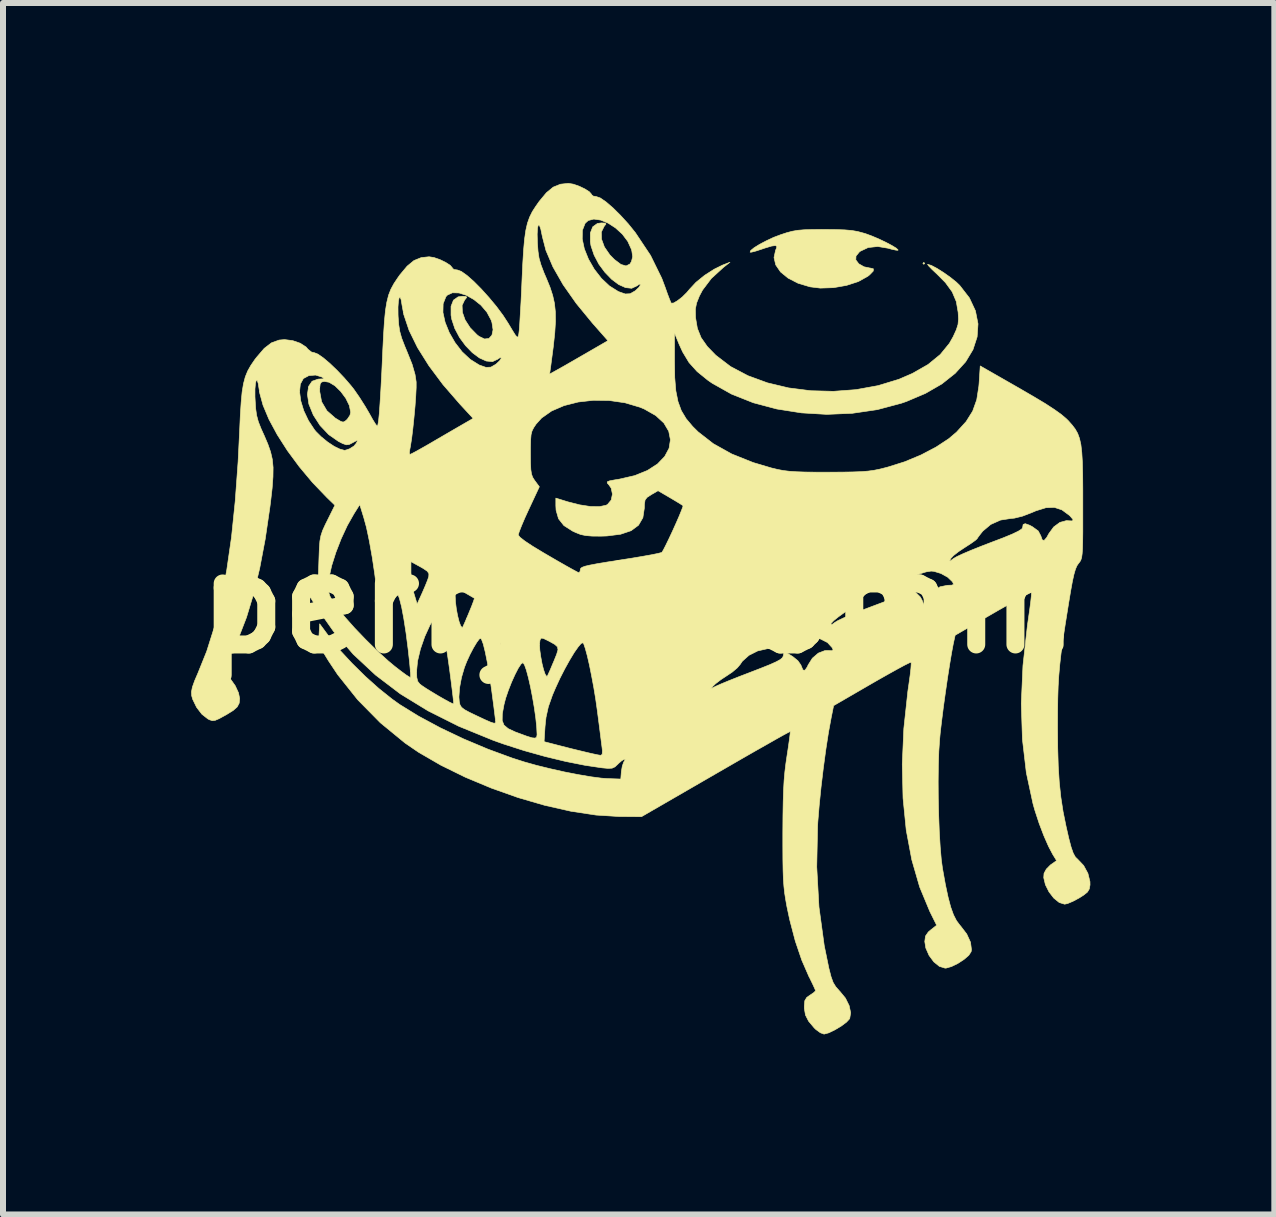
<source format=kicad_pcb>
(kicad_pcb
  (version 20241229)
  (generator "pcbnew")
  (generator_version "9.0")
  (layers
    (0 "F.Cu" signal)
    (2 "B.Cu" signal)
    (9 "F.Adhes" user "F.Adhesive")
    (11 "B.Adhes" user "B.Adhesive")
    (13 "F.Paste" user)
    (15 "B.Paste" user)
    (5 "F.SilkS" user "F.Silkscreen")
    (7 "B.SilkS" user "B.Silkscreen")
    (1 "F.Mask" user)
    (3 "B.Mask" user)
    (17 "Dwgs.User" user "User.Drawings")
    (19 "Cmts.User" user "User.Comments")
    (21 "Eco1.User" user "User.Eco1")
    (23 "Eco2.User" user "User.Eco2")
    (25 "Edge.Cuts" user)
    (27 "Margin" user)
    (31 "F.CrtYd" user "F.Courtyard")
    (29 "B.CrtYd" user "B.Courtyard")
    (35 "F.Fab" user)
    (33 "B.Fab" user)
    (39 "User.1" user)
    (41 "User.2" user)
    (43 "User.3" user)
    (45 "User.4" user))
  (footprint "perry-18mm"
    (layer "F.Cu")
    (at 7.591 6.998)
    (property "Reference" "perry-18mm" (at 0 0 0) (layer "F.SilkS") (effects (font (size 1.524 1.524) (thickness 0.3))))
    (attr through_hole)
    (fp_poly (pts (xy 4.766 -5.66) (xy 4.751 -5.644) (xy 4.735 -5.66) (xy 4.751 -5.676) (xy 4.766 -5.66)) (stroke (width 0.01) (type solid)) (fill yes) (layer "F.SilkS"))
    (fp_poly (pts (xy 3.285 -6.223) (xy 3.433 -6.218) (xy 3.549 -6.208) (xy 3.648 -6.191) (xy 3.744 -6.165) (xy 3.779 -6.155) (xy 3.887 -6.115) (xy 4.005 -6.065) (xy 4.12 -6.01) (xy 4.22 -5.957) (xy 4.292 -5.913) (xy 4.322 -5.884) (xy 4.321 -5.878) (xy 4.287 -5.88) (xy 4.212 -5.896) (xy 4.157 -5.912) (xy 3.984 -5.941) (xy 3.824 -5.924) (xy 3.694 -5.863) (xy 3.677 -5.85) (xy 3.621 -5.782) (xy 3.618 -5.718) (xy 3.667 -5.653) (xy 3.754 -5.603) (xy 3.854 -5.582) (xy 3.859 -5.582) (xy 3.911 -5.569) (xy 3.908 -5.531) (xy 3.849 -5.47) (xy 3.818 -5.445) (xy 3.66 -5.357) (xy 3.463 -5.293) (xy 3.245 -5.255) (xy 3.026 -5.248) (xy 2.855 -5.269) (xy 2.655 -5.329) (xy 2.49 -5.414) (xy 2.364 -5.517) (xy 2.284 -5.634) (xy 2.255 -5.757) (xy 2.282 -5.881) (xy 2.29 -5.897) (xy 2.304 -5.94) (xy 2.28 -5.957) (xy 2.213 -5.948) (xy 2.097 -5.913) (xy 2.048 -5.896) (xy 1.952 -5.865) (xy 1.882 -5.847) (xy 1.857 -5.846) (xy 1.867 -5.874) (xy 1.923 -5.92) (xy 2.013 -5.976) (xy 2.125 -6.035) (xy 2.246 -6.092) (xy 2.362 -6.136) (xy 2.468 -6.171) (xy 2.559 -6.195) (xy 2.651 -6.211) (xy 2.759 -6.22) (xy 2.9 -6.224) (xy 3.087 -6.225) (xy 3.089 -6.225) (xy 3.285 -6.223)) (stroke (width 0.01) (type solid)) (fill yes) (layer "F.SilkS"))
    (fp_poly (pts (xy -1.09 -6.98) (xy -0.992 -6.946) (xy -0.896 -6.9) (xy -0.821 -6.852) (xy -0.785 -6.81) (xy -0.784 -6.803) (xy -0.757 -6.781) (xy -0.707 -6.773) (xy -0.64 -6.75) (xy -0.544 -6.684) (xy -0.429 -6.585) (xy -0.303 -6.46) (xy -0.174 -6.319) (xy -0.053 -6.169) (xy -0.05 -6.164) (xy 0.198 -5.792) (xy 0.385 -5.411) (xy 0.441 -5.262) (xy 0.482 -5.146) (xy 0.517 -5.055) (xy 0.539 -5.003) (xy 0.542 -4.997) (xy 0.581 -4.999) (xy 0.646 -5.037) (xy 0.725 -5.098) (xy 0.802 -5.174) (xy 0.848 -5.229) (xy 0.954 -5.343) (xy 1.098 -5.46) (xy 1.259 -5.563) (xy 1.395 -5.63) (xy 1.521 -5.679) (xy 1.411 -5.592) (xy 1.21 -5.408) (xy 1.064 -5.215) (xy 1.011 -5.115) (xy 0.965 -5) (xy 0.945 -4.899) (xy 0.947 -4.777) (xy 0.948 -4.754) (xy 0.978 -4.577) (xy 1.04 -4.422) (xy 1.144 -4.274) (xy 1.285 -4.129) (xy 1.531 -3.941) (xy 1.821 -3.788) (xy 2.146 -3.669) (xy 2.498 -3.585) (xy 2.867 -3.538) (xy 3.245 -3.528) (xy 3.621 -3.556) (xy 3.989 -3.623) (xy 4.337 -3.729) (xy 4.563 -3.827) (xy 4.822 -3.975) (xy 5.025 -4.141) (xy 5.177 -4.327) (xy 5.24 -4.438) (xy 5.293 -4.554) (xy 5.321 -4.643) (xy 5.329 -4.733) (xy 5.323 -4.844) (xy 5.292 -5.024) (xy 5.224 -5.185) (xy 5.111 -5.34) (xy 4.969 -5.483) (xy 4.888 -5.559) (xy 4.833 -5.616) (xy 4.813 -5.643) (xy 4.814 -5.644) (xy 4.876 -5.626) (xy 4.969 -5.577) (xy 5.08 -5.507) (xy 5.193 -5.427) (xy 5.293 -5.347) (xy 5.348 -5.294) (xy 5.51 -5.085) (xy 5.611 -4.869) (xy 5.654 -4.652) (xy 5.639 -4.435) (xy 5.57 -4.223) (xy 5.448 -4.02) (xy 5.274 -3.828) (xy 5.051 -3.651) (xy 4.779 -3.494) (xy 4.461 -3.359) (xy 4.374 -3.329) (xy 3.976 -3.223) (xy 3.56 -3.162) (xy 3.135 -3.144) (xy 2.712 -3.169) (xy 2.3 -3.234) (xy 1.909 -3.338) (xy 1.547 -3.482) (xy 1.225 -3.663) (xy 1.154 -3.712) (xy 0.974 -3.858) (xy 0.839 -4.008) (xy 0.733 -4.184) (xy 0.674 -4.313) (xy 0.597 -4.5) (xy 0.597 -4.027) (xy 0.601 -3.757) (xy 0.619 -3.538) (xy 0.655 -3.358) (xy 0.71 -3.207) (xy 0.791 -3.072) (xy 0.9 -2.942) (xy 0.991 -2.852) (xy 1.244 -2.655) (xy 1.551 -2.484) (xy 1.909 -2.341) (xy 2.216 -2.25) (xy 2.317 -2.226) (xy 2.411 -2.208) (xy 2.511 -2.196) (xy 2.629 -2.188) (xy 2.775 -2.183) (xy 2.963 -2.181) (xy 3.167 -2.181) (xy 3.395 -2.182) (xy 3.572 -2.185) (xy 3.711 -2.19) (xy 3.823 -2.199) (xy 3.919 -2.212) (xy 4.014 -2.231) (xy 4.117 -2.257) (xy 4.155 -2.267) (xy 4.434 -2.355) (xy 4.705 -2.468) (xy 4.953 -2.598) (xy 5.165 -2.737) (xy 5.296 -2.848) (xy 5.456 -3.024) (xy 5.565 -3.198) (xy 5.633 -3.388) (xy 5.668 -3.613) (xy 5.672 -3.66) (xy 5.691 -3.951) (xy 6.35 -3.574) (xy 6.589 -3.435) (xy 6.779 -3.321) (xy 6.926 -3.225) (xy 7.038 -3.145) (xy 7.121 -3.075) (xy 7.157 -3.04) (xy 7.221 -2.968) (xy 7.273 -2.9) (xy 7.314 -2.828) (xy 7.345 -2.743) (xy 7.368 -2.64) (xy 7.383 -2.509) (xy 7.393 -2.344) (xy 7.398 -2.136) (xy 7.4 -1.88) (xy 7.4 -1.653) (xy 7.4 -1.391) (xy 7.4 -1.184) (xy 7.398 -1.025) (xy 7.395 -0.907) (xy 7.389 -0.822) (xy 7.381 -0.763) (xy 7.369 -0.722) (xy 7.354 -0.693) (xy 7.334 -0.667) (xy 7.328 -0.66) (xy 7.301 -0.62) (xy 7.277 -0.563) (xy 7.253 -0.481) (xy 7.227 -0.364) (xy 7.198 -0.205) (xy 7.163 0.006) (xy 7.156 0.05) (xy 7.107 0.356) (xy 7.068 0.613) (xy 7.038 0.832) (xy 7.016 1.027) (xy 7 1.209) (xy 6.989 1.391) (xy 6.983 1.585) (xy 6.98 1.803) (xy 6.979 2.058) (xy 6.979 2.07) (xy 6.982 2.42) (xy 6.991 2.721) (xy 7.008 2.988) (xy 7.034 3.234) (xy 7.071 3.474) (xy 7.121 3.72) (xy 7.166 3.918) (xy 7.205 4.066) (xy 7.24 4.166) (xy 7.276 4.231) (xy 7.319 4.273) (xy 7.32 4.274) (xy 7.414 4.373) (xy 7.485 4.504) (xy 7.519 4.641) (xy 7.52 4.696) (xy 7.508 4.763) (xy 7.478 4.814) (xy 7.415 4.865) (xy 7.338 4.914) (xy 7.237 4.968) (xy 7.147 5.006) (xy 7.097 5.017) (xy 7.007 4.989) (xy 6.916 4.915) (xy 6.836 4.811) (xy 6.777 4.693) (xy 6.749 4.576) (xy 6.754 4.503) (xy 6.792 4.433) (xy 6.86 4.364) (xy 6.868 4.358) (xy 6.963 4.291) (xy 6.899 4.187) (xy 6.828 4.052) (xy 6.75 3.874) (xy 6.672 3.669) (xy 6.602 3.455) (xy 6.57 3.342) (xy 6.459 2.826) (xy 6.394 2.269) (xy 6.375 1.674) (xy 6.403 1.041) (xy 6.477 0.374) (xy 6.494 0.255) (xy 6.516 0.101) (xy 6.533 -0.03) (xy 6.543 -0.125) (xy 6.545 -0.173) (xy 6.544 -0.177) (xy 6.514 -0.166) (xy 6.438 -0.127) (xy 6.323 -0.065) (xy 6.178 0.016) (xy 6.009 0.111) (xy 5.902 0.173) (xy 5.273 0.536) (xy 5.241 0.683) (xy 5.214 0.827) (xy 5.182 1.018) (xy 5.147 1.241) (xy 5.112 1.482) (xy 5.078 1.725) (xy 5.049 1.955) (xy 5.025 2.158) (xy 5.015 2.265) (xy 5.001 2.466) (xy 4.993 2.708) (xy 4.99 2.976) (xy 4.992 3.259) (xy 4.999 3.543) (xy 5.009 3.816) (xy 5.024 4.063) (xy 5.042 4.273) (xy 5.062 4.421) (xy 5.11 4.688) (xy 5.155 4.899) (xy 5.199 5.065) (xy 5.245 5.193) (xy 5.295 5.291) (xy 5.352 5.368) (xy 5.362 5.378) (xy 5.466 5.514) (xy 5.529 5.651) (xy 5.545 5.776) (xy 5.539 5.809) (xy 5.5 5.869) (xy 5.42 5.938) (xy 5.317 6.005) (xy 5.212 6.056) (xy 5.121 6.082) (xy 5.104 6.082) (xy 5.01 6.053) (xy 4.917 5.977) (xy 4.838 5.87) (xy 4.784 5.747) (xy 4.767 5.639) (xy 4.779 5.548) (xy 4.826 5.48) (xy 4.866 5.446) (xy 4.965 5.368) (xy 4.851 5.138) (xy 4.682 4.731) (xy 4.551 4.278) (xy 4.458 3.783) (xy 4.405 3.251) (xy 4.392 2.686) (xy 4.418 2.091) (xy 4.485 1.47) (xy 4.504 1.339) (xy 4.523 1.201) (xy 4.536 1.087) (xy 4.541 1.011) (xy 4.539 0.985) (xy 4.509 0.996) (xy 4.432 1.034) (xy 4.317 1.096) (xy 4.171 1.177) (xy 4.001 1.273) (xy 3.886 1.339) (xy 3.248 1.709) (xy 3.207 1.913) (xy 3.163 2.152) (xy 3.119 2.436) (xy 3.077 2.746) (xy 3.039 3.063) (xy 3.008 3.37) (xy 2.985 3.646) (xy 2.981 3.716) (xy 2.967 4.396) (xy 3.004 5.064) (xy 3.092 5.709) (xy 3.169 6.084) (xy 3.205 6.224) (xy 3.24 6.321) (xy 3.284 6.393) (xy 3.344 6.461) (xy 3.352 6.469) (xy 3.445 6.582) (xy 3.507 6.707) (xy 3.532 6.826) (xy 3.516 6.923) (xy 3.514 6.926) (xy 3.463 6.982) (xy 3.375 7.048) (xy 3.269 7.111) (xy 3.168 7.16) (xy 3.091 7.181) (xy 3.087 7.181) (xy 3.027 7.159) (xy 2.953 7.105) (xy 2.926 7.079) (xy 2.831 6.966) (xy 2.779 6.864) (xy 2.76 6.751) (xy 2.76 6.714) (xy 2.768 6.625) (xy 2.801 6.57) (xy 2.854 6.533) (xy 2.916 6.491) (xy 2.947 6.461) (xy 2.948 6.459) (xy 2.934 6.424) (xy 2.899 6.348) (xy 2.85 6.247) (xy 2.837 6.223) (xy 2.718 5.95) (xy 2.609 5.629) (xy 2.516 5.274) (xy 2.47 5.057) (xy 2.449 4.939) (xy 2.432 4.83) (xy 2.42 4.719) (xy 2.411 4.597) (xy 2.406 4.452) (xy 2.403 4.274) (xy 2.402 4.053) (xy 2.402 3.826) (xy 2.404 3.542) (xy 2.408 3.311) (xy 2.414 3.119) (xy 2.423 2.956) (xy 2.436 2.81) (xy 2.453 2.671) (xy 2.47 2.556) (xy 2.493 2.404) (xy 2.511 2.277) (xy 2.523 2.185) (xy 2.526 2.141) (xy 2.526 2.139) (xy 2.498 2.153) (xy 2.421 2.194) (xy 2.301 2.261) (xy 2.143 2.351) (xy 1.952 2.459) (xy 1.734 2.584) (xy 1.495 2.722) (xy 1.282 2.845) (xy 0.047 3.559) (xy -0.329 3.556) (xy -0.711 3.532) (xy -1.126 3.469) (xy -1.564 3.37) (xy -2.011 3.24) (xy -2.456 3.082) (xy -2.889 2.901) (xy -3.296 2.701) (xy -3.667 2.486) (xy -3.892 2.332) (xy -4.304 1.994) (xy -4.682 1.61) (xy -5.015 1.192) (xy -5.168 0.962) (xy -5.244 0.838) (xy -5.292 0.748) (xy -5.318 0.678) (xy -5.327 0.609) (xy -5.325 0.526) (xy -5.325 0.521) (xy -5.315 0.346) (xy -5.13 0.597) (xy -4.971 0.793) (xy -4.774 1.005) (xy -4.555 1.221) (xy -4.328 1.424) (xy -4.109 1.599) (xy -3.982 1.69) (xy -3.667 1.884) (xy -3.306 2.078) (xy -2.915 2.264) (xy -2.511 2.434) (xy -2.111 2.581) (xy -1.905 2.647) (xy -1.702 2.704) (xy -1.474 2.76) (xy -1.238 2.813) (xy -1.007 2.858) (xy -0.796 2.894) (xy -0.62 2.917) (xy -0.527 2.924) (xy -0.298 2.932) (xy -0.288 2.807) (xy -0.273 2.717) (xy -0.25 2.651) (xy -0.245 2.642) (xy -0.223 2.607) (xy -0.24 2.603) (xy -0.281 2.625) (xy -0.333 2.67) (xy -0.347 2.684) (xy -0.395 2.729) (xy -0.443 2.751) (xy -0.513 2.754) (xy -0.611 2.745) (xy -0.893 2.703) (xy -1.215 2.639) (xy -1.559 2.556) (xy -1.909 2.458) (xy -2.248 2.349) (xy -2.361 2.309) (xy -1.576 2.309) (xy -1.313 2.377) (xy -1.117 2.427) (xy -0.94 2.47) (xy -0.793 2.505) (xy -0.686 2.528) (xy -0.633 2.537) (xy -0.608 2.521) (xy -0.604 2.462) (xy -0.61 2.407) (xy -0.62 2.329) (xy -0.636 2.203) (xy -0.656 2.045) (xy -0.679 1.869) (xy -0.69 1.784) (xy -0.716 1.6) (xy -0.744 1.43) (xy 1.201 1.43) (xy 1.206 1.432) (xy 1.232 1.413) (xy 1.278 1.389) (xy 1.373 1.347) (xy 1.506 1.292) (xy 1.667 1.228) (xy 1.844 1.16) (xy 2.043 1.083) (xy 2.19 1.024) (xy 2.292 0.978) (xy 2.358 0.942) (xy 2.394 0.912) (xy 2.408 0.885) (xy 2.409 0.882) (xy 2.418 0.836) (xy 2.437 0.821) (xy 2.48 0.837) (xy 2.56 0.887) (xy 2.568 0.892) (xy 2.652 0.96) (xy 2.703 1.032) (xy 2.709 1.048) (xy 2.737 1.115) (xy 2.771 1.119) (xy 2.811 1.061) (xy 2.822 1.034) (xy 2.894 0.919) (xy 2.993 0.834) (xy 3.102 0.792) (xy 3.155 0.79) (xy 3.222 0.794) (xy 3.239 0.779) (xy 3.225 0.744) (xy 3.147 0.658) (xy 3.029 0.598) (xy 2.892 0.569) (xy 2.755 0.575) (xy 2.665 0.605) (xy 2.461 0.69) (xy 2.246 0.746) (xy 2.141 0.761) (xy 1.983 0.797) (xy 1.838 0.87) (xy 1.727 0.969) (xy 1.692 1.021) (xy 1.643 1.079) (xy 1.559 1.15) (xy 1.474 1.207) (xy 1.371 1.275) (xy 1.283 1.342) (xy 1.237 1.386) (xy 1.201 1.43) (xy -0.744 1.43) (xy -0.748 1.406) (xy -0.784 1.214) (xy -0.82 1.034) (xy -0.856 0.878) (xy -0.889 0.757) (xy -0.915 0.681) (xy -0.927 0.662) (xy -0.957 0.671) (xy -1.007 0.729) (xy -1.074 0.824) (xy -1.15 0.95) (xy -1.231 1.096) (xy -1.312 1.254) (xy -1.386 1.415) (xy -1.436 1.532) (xy -1.505 1.728) (xy -1.544 1.905) (xy -1.56 2.056) (xy -1.576 2.309) (xy -2.361 2.309) (xy -2.43 2.284) (xy -2.998 2.052) (xy -3.51 1.795) (xy -3.972 1.512) (xy -4.385 1.198) (xy -4.756 0.852) (xy -5.086 0.469) (xy -5.381 0.048) (xy -5.439 -0.046) (xy -5.495 -0.145) (xy -5.535 -0.227) (xy -5.55 -0.273) (xy -5.174 -0.273) (xy -5.168 -0.189) (xy -5.143 -0.113) (xy -5.092 -0.024) (xy -5.029 0.065) (xy -4.899 0.228) (xy -4.734 0.414) (xy -4.548 0.608) (xy -4.356 0.797) (xy -4.172 0.964) (xy -4.063 1.055) (xy -3.958 1.136) (xy -3.872 1.199) (xy -3.816 1.234) (xy -3.801 1.24) (xy -3.799 1.205) (xy -3.804 1.132) (xy -3.7 1.132) (xy -3.697 1.238) (xy -3.682 1.303) (xy -3.647 1.348) (xy -3.612 1.375) (xy -3.542 1.422) (xy -3.446 1.481) (xy -3.34 1.545) (xy -3.237 1.604) (xy -3.151 1.651) (xy -3.095 1.678) (xy -3.082 1.682) (xy -3.084 1.65) (xy -3.093 1.565) (xy -3.093 1.564) (xy -2.995 1.564) (xy -2.989 1.642) (xy -2.977 1.695) (xy -2.952 1.736) (xy -2.903 1.775) (xy -2.818 1.821) (xy -2.701 1.877) (xy -2.563 1.942) (xy -2.472 1.982) (xy -2.418 2) (xy -2.391 2) (xy -2.383 1.985) (xy -2.383 1.979) (xy -2.385 1.957) (xy -2.274 1.957) (xy -2.244 2.033) (xy -2.174 2.092) (xy -2.059 2.146) (xy -2.005 2.166) (xy -1.867 2.217) (xy -1.777 2.245) (xy -1.725 2.25) (xy -1.7 2.234) (xy -1.693 2.196) (xy -1.693 2.186) (xy -1.699 2.063) (xy -1.715 1.911) (xy -1.739 1.742) (xy -1.769 1.567) (xy -1.802 1.397) (xy -1.837 1.243) (xy -1.871 1.117) (xy -1.902 1.03) (xy -1.927 0.994) (xy -1.929 0.993) (xy -1.961 1.017) (xy -2.007 1.087) (xy -2.061 1.192) (xy -2.118 1.318) (xy -2.171 1.453) (xy -2.216 1.584) (xy -2.244 1.692) (xy -2.272 1.847) (xy -2.274 1.957) (xy -2.385 1.957) (xy -2.387 1.94) (xy -2.398 1.85) (xy -2.414 1.721) (xy -2.435 1.563) (xy -2.447 1.47) (xy -2.483 1.216) (xy -2.52 0.996) (xy -2.556 0.816) (xy -2.589 0.683) (xy -2.619 0.603) (xy -2.63 0.587) (xy -2.656 0.599) (xy -2.699 0.657) (xy -2.753 0.747) (xy -2.811 0.857) (xy -2.865 0.975) (xy -2.903 1.072) (xy -2.952 1.239) (xy -2.984 1.41) (xy -2.995 1.564) (xy -3.093 1.564) (xy -3.108 1.439) (xy -3.128 1.279) (xy -3.151 1.102) (xy -3.179 0.904) (xy -3.209 0.712) (xy -3.238 0.543) (xy -3.264 0.41) (xy -3.281 0.339) (xy -3.311 0.238) (xy -3.333 0.188) (xy -3.353 0.18) (xy -3.378 0.206) (xy -3.379 0.208) (xy -3.476 0.365) (xy -3.564 0.558) (xy -3.636 0.765) (xy -3.684 0.966) (xy -3.7 1.132) (xy -3.804 1.132) (xy -3.805 1.121) (xy -3.816 0.996) (xy -3.833 0.844) (xy -3.84 0.778) (xy -3.876 0.497) (xy -3.913 0.259) (xy -3.949 0.067) (xy -3.985 -0.074) (xy -4.018 -0.16) (xy -4.047 -0.188) (xy -4.074 -0.162) (xy -4.119 -0.093) (xy -4.172 0.004) (xy -4.178 0.016) (xy -4.229 0.115) (xy -4.271 0.188) (xy -4.296 0.219) (xy -4.298 0.22) (xy -4.308 0.19) (xy -4.323 0.111) (xy -4.34 -0.007) (xy -4.357 -0.149) (xy -4.395 -0.463) (xy -4.401 -0.507) (xy -3.794 -0.507) (xy -3.784 -0.367) (xy -3.759 -0.218) (xy -3.743 -0.155) (xy -3.691 0.016) (xy -3.63 -0.117) (xy -3.057 -0.117) (xy -3.052 -0.018) (xy -3.038 0.096) (xy -3.017 0.209) (xy -2.992 0.308) (xy -2.966 0.379) (xy -2.942 0.407) (xy -2.933 0.403) (xy -2.918 0.371) (xy -2.884 0.295) (xy -2.869 0.259) (xy -2.35 0.259) (xy -2.344 0.362) (xy -2.332 0.477) (xy -2.316 0.59) (xy -2.297 0.682) (xy -2.287 0.716) (xy -2.262 0.774) (xy -2.238 0.792) (xy -2.21 0.766) (xy -2.171 0.691) (xy -2.17 0.688) (xy -1.652 0.688) (xy -1.647 0.783) (xy -1.631 0.895) (xy -1.61 1.009) (xy -1.584 1.111) (xy -1.558 1.186) (xy -1.533 1.221) (xy -1.522 1.218) (xy -1.507 1.186) (xy -1.473 1.111) (xy -1.429 1.006) (xy -1.415 0.974) (xy -1.367 0.855) (xy -1.344 0.779) (xy -1.353 0.729) (xy -1.398 0.688) (xy -1.482 0.641) (xy -1.511 0.626) (xy -1.585 0.59) (xy -1.621 0.583) (xy -1.639 0.605) (xy -1.645 0.623) (xy -1.652 0.688) (xy -2.17 0.688) (xy -2.119 0.567) (xy -2.079 0.463) (xy -2.05 0.383) (xy -2.039 0.345) (xy 3.204 0.345) (xy 3.209 0.365) (xy 3.252 0.336) (xy 3.265 0.325) (xy 3.318 0.293) (xy 3.419 0.245) (xy 3.557 0.185) (xy 3.721 0.119) (xy 3.88 0.059) (xy 4.082 -0.017) (xy 4.23 -0.077) (xy 4.331 -0.122) (xy 4.392 -0.158) (xy 4.419 -0.186) (xy 4.421 -0.196) (xy 4.44 -0.242) (xy 4.461 -0.251) (xy 4.537 -0.228) (xy 4.622 -0.172) (xy 4.693 -0.101) (xy 4.722 -0.048) (xy 4.748 0.018) (xy 4.78 0.021) (xy 4.818 -0.037) (xy 4.828 -0.06) (xy 4.909 -0.191) (xy 5.02 -0.271) (xy 5.144 -0.296) (xy 5.221 -0.299) (xy 5.247 -0.313) (xy 5.233 -0.346) (xy 5.226 -0.357) (xy 5.149 -0.431) (xy 5.037 -0.493) (xy 4.919 -0.529) (xy 4.873 -0.533) (xy 4.79 -0.52) (xy 4.68 -0.486) (xy 4.596 -0.451) (xy 4.458 -0.4) (xy 4.303 -0.36) (xy 4.221 -0.345) (xy 4.039 -0.31) (xy 3.9 -0.251) (xy 3.785 -0.159) (xy 3.735 -0.103) (xy 3.66 -0.026) (xy 3.554 0.064) (xy 3.437 0.15) (xy 3.428 0.157) (xy 3.328 0.229) (xy 3.249 0.293) (xy 3.207 0.338) (xy 3.204 0.345) (xy -2.039 0.345) (xy -2.038 0.343) (xy -2.038 0.343) (xy -2.063 0.316) (xy -2.123 0.273) (xy -2.201 0.224) (xy -2.276 0.182) (xy -2.329 0.158) (xy -2.338 0.157) (xy -2.349 0.185) (xy -2.35 0.259) (xy -2.869 0.259) (xy -2.84 0.191) (xy -2.827 0.159) (xy -2.782 0.05) (xy -2.751 -0.033) (xy -2.737 -0.076) (xy -2.737 -0.08) (xy -2.765 -0.097) (xy -2.832 -0.136) (xy -2.889 -0.169) (xy -2.973 -0.216) (xy -3.018 -0.233) (xy -3.039 -0.221) (xy -3.051 -0.189) (xy -3.057 -0.117) (xy -3.63 -0.117) (xy -3.603 -0.177) (xy -3.555 -0.288) (xy -3.516 -0.385) (xy -3.497 -0.443) (xy -3.495 -0.49) (xy -3.521 -0.53) (xy -3.588 -0.576) (xy -3.637 -0.604) (xy -3.794 -0.69) (xy -3.794 -0.507) (xy -4.401 -0.507) (xy -4.439 -0.762) (xy -4.487 -1.032) (xy -4.508 -1.134) (xy -2.006 -1.134) (xy -1.978 -1.097) (xy -1.896 -1.033) (xy -1.763 -0.945) (xy -1.579 -0.834) (xy -1.512 -0.795) (xy -1.354 -0.703) (xy -1.214 -0.623) (xy -1.101 -0.56) (xy -1.025 -0.519) (xy -0.996 -0.505) (xy -0.976 -0.528) (xy -0.972 -0.559) (xy -0.966 -0.578) (xy -0.942 -0.596) (xy -0.893 -0.614) (xy -0.812 -0.633) (xy -0.691 -0.656) (xy -0.523 -0.684) (xy -0.41 -0.701) (xy 5.18 -0.701) (xy 5.19 -0.7) (xy 5.239 -0.737) (xy 5.247 -0.743) (xy 5.303 -0.775) (xy 5.406 -0.823) (xy 5.545 -0.882) (xy 5.71 -0.948) (xy 5.863 -1.007) (xy 6.071 -1.086) (xy 6.224 -1.149) (xy 6.326 -1.198) (xy 6.382 -1.234) (xy 6.397 -1.256) (xy 6.406 -1.31) (xy 6.441 -1.323) (xy 6.511 -1.298) (xy 6.557 -1.274) (xy 6.657 -1.202) (xy 6.7 -1.121) (xy 6.724 -1.053) (xy 6.755 -1.043) (xy 6.798 -1.092) (xy 6.836 -1.16) (xy 6.915 -1.268) (xy 7.018 -1.344) (xy 7.127 -1.374) (xy 7.169 -1.371) (xy 7.23 -1.368) (xy 7.236 -1.394) (xy 7.188 -1.45) (xy 7.173 -1.464) (xy 7.052 -1.553) (xy 6.927 -1.594) (xy 6.786 -1.589) (xy 6.618 -1.537) (xy 6.543 -1.505) (xy 6.394 -1.448) (xy 6.259 -1.415) (xy 6.202 -1.41) (xy 6.029 -1.383) (xy 5.866 -1.31) (xy 5.736 -1.201) (xy 5.732 -1.197) (xy 5.678 -1.129) (xy 5.643 -1.081) (xy 5.64 -1.073) (xy 5.609 -1.045) (xy 5.539 -0.995) (xy 5.444 -0.933) (xy 5.431 -0.925) (xy 5.329 -0.857) (xy 5.246 -0.792) (xy 5.201 -0.744) (xy 5.2 -0.742) (xy 5.18 -0.701) (xy -0.41 -0.701) (xy -0.306 -0.718) (xy -0.108 -0.749) (xy 0.069 -0.779) (xy 0.215 -0.805) (xy 0.322 -0.827) (xy 0.38 -0.842) (xy 0.387 -0.845) (xy 0.411 -0.884) (xy 0.452 -0.964) (xy 0.505 -1.073) (xy 0.564 -1.199) (xy 0.622 -1.328) (xy 0.674 -1.447) (xy 0.714 -1.545) (xy 0.737 -1.607) (xy 0.739 -1.623) (xy 0.707 -1.644) (xy 0.636 -1.688) (xy 0.539 -1.746) (xy 0.525 -1.754) (xy 0.323 -1.872) (xy 0.209 -1.806) (xy 0.141 -1.762) (xy 0.107 -1.718) (xy 0.096 -1.649) (xy 0.094 -1.58) (xy 0.07 -1.422) (xy -0.003 -1.297) (xy -0.126 -1.206) (xy -0.301 -1.147) (xy -0.529 -1.118) (xy -0.627 -1.115) (xy -0.776 -1.116) (xy -0.882 -1.125) (xy -0.968 -1.143) (xy -1.053 -1.177) (xy -1.102 -1.2) (xy -1.246 -1.292) (xy -1.335 -1.405) (xy -1.376 -1.547) (xy -1.38 -1.624) (xy -1.38 -1.749) (xy -1.184 -1.688) (xy -0.985 -1.637) (xy -0.804 -1.609) (xy -0.653 -1.607) (xy -0.543 -1.63) (xy -0.519 -1.643) (xy -0.458 -1.716) (xy -0.437 -1.815) (xy -0.458 -1.915) (xy -0.497 -1.971) (xy -0.523 -2) (xy -0.523 -2.02) (xy -0.486 -2.036) (xy -0.402 -2.052) (xy -0.321 -2.065) (xy -0.065 -2.124) (xy 0.147 -2.21) (xy 0.314 -2.318) (xy 0.434 -2.443) (xy 0.507 -2.58) (xy 0.529 -2.721) (xy 0.501 -2.863) (xy 0.42 -3) (xy 0.284 -3.125) (xy 0.092 -3.234) (xy 0.022 -3.263) (xy -0.227 -3.337) (xy -0.489 -3.375) (xy -0.752 -3.379) (xy -1.007 -3.35) (xy -1.243 -3.29) (xy -1.45 -3.201) (xy -1.617 -3.084) (xy -1.709 -2.982) (xy -1.75 -2.921) (xy -1.777 -2.867) (xy -1.793 -2.804) (xy -1.8 -2.718) (xy -1.803 -2.594) (xy -1.803 -2.493) (xy -1.802 -2.335) (xy -1.797 -2.226) (xy -1.786 -2.152) (xy -1.767 -2.097) (xy -1.737 -2.049) (xy -1.729 -2.038) (xy -1.655 -1.938) (xy -1.831 -1.561) (xy -1.897 -1.417) (xy -1.951 -1.29) (xy -1.989 -1.193) (xy -2.006 -1.138) (xy -2.006 -1.134) (xy -4.508 -1.134) (xy -4.536 -1.264) (xy -4.58 -1.424) (xy -4.647 -1.641) (xy -4.744 -1.487) (xy -4.855 -1.291) (xy -4.957 -1.071) (xy -5.045 -0.844) (xy -5.115 -0.623) (xy -5.159 -0.425) (xy -5.174 -0.273) (xy -5.55 -0.273) (xy -5.55 -0.274) (xy -5.524 -0.313) (xy -5.459 -0.354) (xy -5.444 -0.361) (xy -5.338 -0.406) (xy -5.326 -0.762) (xy -5.32 -0.92) (xy -5.311 -1.034) (xy -5.294 -1.124) (xy -5.266 -1.209) (xy -5.221 -1.308) (xy -5.188 -1.374) (xy -5.061 -1.63) (xy -5.198 -1.763) (xy -5.435 -2.01) (xy -5.654 -2.272) (xy -5.852 -2.54) (xy -6.022 -2.806) (xy -6.16 -3.062) (xy -6.259 -3.298) (xy -6.316 -3.507) (xy -6.318 -3.522) (xy -5.65 -3.522) (xy -5.63 -3.369) (xy -5.58 -3.205) (xy -5.502 -3.04) (xy -5.401 -2.887) (xy -5.379 -2.86) (xy -5.291 -2.772) (xy -5.183 -2.684) (xy -5.073 -2.611) (xy -4.982 -2.567) (xy -4.97 -2.563) (xy -4.917 -2.549) (xy -4.902 -2.544) (xy -4.872 -2.551) (xy -4.817 -2.57) (xy -4.744 -2.616) (xy -4.705 -2.663) (xy -4.686 -2.703) (xy -4.698 -2.708) (xy -4.751 -2.68) (xy -4.765 -2.672) (xy -4.824 -2.642) (xy -4.872 -2.637) (xy -4.932 -2.658) (xy -5.002 -2.694) (xy -5.164 -2.807) (xy -5.308 -2.959) (xy -5.421 -3.134) (xy -5.495 -3.316) (xy -5.519 -3.478) (xy -5.512 -3.524) (xy -5.314 -3.524) (xy -5.283 -3.355) (xy -5.195 -3.205) (xy -5.055 -3.082) (xy -5.037 -3.071) (xy -4.965 -3.028) (xy -4.924 -3.015) (xy -4.889 -3.032) (xy -4.855 -3.062) (xy -4.81 -3.129) (xy -4.798 -3.18) (xy -4.821 -3.293) (xy -4.88 -3.413) (xy -4.964 -3.526) (xy -5.06 -3.62) (xy -5.158 -3.679) (xy -5.237 -3.693) (xy -5.283 -3.683) (xy -5.306 -3.653) (xy -5.314 -3.588) (xy -5.314 -3.524) (xy -5.512 -3.524) (xy -5.499 -3.611) (xy -5.441 -3.696) (xy -5.343 -3.731) (xy -5.318 -3.733) (xy -5.257 -3.736) (xy -5.251 -3.749) (xy -5.277 -3.766) (xy -5.383 -3.799) (xy -5.495 -3.79) (xy -5.585 -3.742) (xy -5.587 -3.74) (xy -5.637 -3.649) (xy -5.65 -3.522) (xy -6.318 -3.522) (xy -6.322 -3.553) (xy -6.339 -3.661) (xy -6.356 -3.712) (xy -6.372 -3.709) (xy -6.385 -3.659) (xy -6.393 -3.567) (xy -6.393 -3.437) (xy -6.39 -3.381) (xy -6.381 -3.238) (xy -6.365 -3.126) (xy -6.337 -3.022) (xy -6.29 -2.903) (xy -6.239 -2.791) (xy -6.178 -2.648) (xy -6.133 -2.52) (xy -6.104 -2.395) (xy -6.091 -2.26) (xy -6.093 -2.104) (xy -6.107 -1.913) (xy -6.134 -1.677) (xy -6.144 -1.6) (xy -6.222 -1.067) (xy -6.314 -0.581) (xy -6.418 -0.145) (xy -6.534 0.238) (xy -6.661 0.566) (xy -6.798 0.835) (xy -6.85 0.918) (xy -6.99 1.126) (xy -6.884 1.191) (xy -6.799 1.268) (xy -6.722 1.377) (xy -6.667 1.496) (xy -6.648 1.591) (xy -6.656 1.668) (xy -6.689 1.73) (xy -6.757 1.79) (xy -6.87 1.86) (xy -6.885 1.868) (xy -6.989 1.925) (xy -7.056 1.954) (xy -7.104 1.959) (xy -7.151 1.944) (xy -7.179 1.929) (xy -7.277 1.852) (xy -7.366 1.736) (xy -7.43 1.604) (xy -7.447 1.546) (xy -7.451 1.481) (xy -7.436 1.401) (xy -7.397 1.292) (xy -7.344 1.169) (xy -7.197 0.804) (xy -7.069 0.398) (xy -6.958 -0.052) (xy -6.863 -0.55) (xy -6.784 -1.097) (xy -6.722 -1.698) (xy -6.674 -2.355) (xy -6.649 -2.86) (xy -6.637 -3.129) (xy -6.623 -3.345) (xy -6.607 -3.517) (xy -6.584 -3.656) (xy -6.554 -3.769) (xy -6.514 -3.867) (xy -6.462 -3.959) (xy -6.396 -4.056) (xy -6.365 -4.096) (xy -6.239 -4.243) (xy -6.118 -4.336) (xy -5.991 -4.382) (xy -5.9 -4.39) (xy -5.765 -4.373) (xy -5.638 -4.329) (xy -5.541 -4.266) (xy -5.509 -4.228) (xy -5.45 -4.182) (xy -5.402 -4.171) (xy -5.344 -4.148) (xy -5.255 -4.086) (xy -5.146 -3.994) (xy -5.027 -3.88) (xy -4.907 -3.754) (xy -4.796 -3.626) (xy -4.746 -3.563) (xy -4.653 -3.429) (xy -4.556 -3.276) (xy -4.488 -3.16) (xy -4.432 -3.059) (xy -4.386 -2.985) (xy -4.358 -2.949) (xy -4.356 -2.948) (xy -4.345 -2.971) (xy -4.333 -3.041) (xy -4.321 -3.161) (xy -4.309 -3.334) (xy -4.295 -3.562) (xy -4.28 -3.848) (xy -4.264 -4.193) (xy -4.264 -4.202) (xy -4.25 -4.476) (xy -4.236 -4.696) (xy -4.219 -4.872) (xy -4.209 -4.934) (xy -4.01 -4.934) (xy -4.009 -4.806) (xy -4.008 -4.777) (xy -3.998 -4.639) (xy -3.98 -4.525) (xy -3.949 -4.414) (xy -3.898 -4.282) (xy -3.858 -4.186) (xy -3.775 -3.979) (xy -3.726 -3.809) (xy -3.707 -3.684) (xy -3.707 -3.59) (xy -3.714 -3.451) (xy -3.726 -3.28) (xy -3.743 -3.096) (xy -3.762 -2.912) (xy -3.782 -2.746) (xy -3.803 -2.612) (xy -3.815 -2.548) (xy -3.821 -2.494) (xy -3.81 -2.477) (xy -3.776 -2.492) (xy -3.699 -2.533) (xy -3.594 -2.592) (xy -3.501 -2.645) (xy -3.349 -2.734) (xy -3.186 -2.829) (xy -3.038 -2.915) (xy -2.986 -2.945) (xy -2.758 -3.077) (xy -2.981 -3.318) (xy -3.26 -3.64) (xy -3.495 -3.955) (xy -3.685 -4.258) (xy -3.825 -4.544) (xy -3.914 -4.809) (xy -3.92 -4.842) (xy -3.261 -4.842) (xy -3.225 -4.678) (xy -3.156 -4.507) (xy -3.06 -4.34) (xy -2.942 -4.187) (xy -2.806 -4.06) (xy -2.659 -3.968) (xy -2.65 -3.964) (xy -2.544 -3.927) (xy -2.462 -3.931) (xy -2.381 -3.978) (xy -2.372 -3.985) (xy -2.315 -4.039) (xy -2.289 -4.081) (xy -2.289 -4.084) (xy -2.308 -4.091) (xy -2.351 -4.062) (xy -2.436 -4.023) (xy -2.54 -4.033) (xy -2.654 -4.085) (xy -2.772 -4.173) (xy -2.884 -4.289) (xy -2.984 -4.425) (xy -3.063 -4.574) (xy -3.114 -4.728) (xy -3.126 -4.796) (xy -3.126 -4.944) (xy -3.086 -5.047) (xy -3.008 -5.102) (xy -2.942 -5.111) (xy -2.877 -5.109) (xy -2.865 -5.093) (xy -2.899 -5.05) (xy -2.9 -5.049) (xy -2.942 -4.96) (xy -2.937 -4.845) (xy -2.892 -4.718) (xy -2.809 -4.589) (xy -2.695 -4.472) (xy -2.66 -4.444) (xy -2.568 -4.4) (xy -2.494 -4.409) (xy -2.445 -4.463) (xy -2.426 -4.553) (xy -2.444 -4.672) (xy -2.458 -4.715) (xy -2.528 -4.846) (xy -2.627 -4.962) (xy -2.745 -5.057) (xy -2.87 -5.128) (xy -2.993 -5.167) (xy -3.103 -5.17) (xy -3.188 -5.131) (xy -3.212 -5.104) (xy -3.258 -4.987) (xy -3.261 -4.842) (xy -3.92 -4.842) (xy -3.942 -4.961) (xy -3.958 -5.057) (xy -3.975 -5.097) (xy -3.991 -5.085) (xy -4.003 -5.029) (xy -4.01 -4.934) (xy -4.209 -4.934) (xy -4.196 -5.013) (xy -4.167 -5.13) (xy -4.128 -5.23) (xy -4.077 -5.324) (xy -4.013 -5.42) (xy -3.979 -5.468) (xy -3.858 -5.613) (xy -3.744 -5.707) (xy -3.623 -5.756) (xy -3.492 -5.77) (xy -3.41 -5.757) (xy -3.312 -5.723) (xy -3.217 -5.677) (xy -3.142 -5.629) (xy -3.105 -5.587) (xy -3.104 -5.58) (xy -3.077 -5.558) (xy -3.02 -5.55) (xy -2.955 -5.526) (xy -2.862 -5.46) (xy -2.748 -5.36) (xy -2.623 -5.234) (xy -2.495 -5.092) (xy -2.371 -4.943) (xy -2.26 -4.794) (xy -2.175 -4.663) (xy -2.102 -4.541) (xy -2.055 -4.466) (xy -2.026 -4.433) (xy -2.01 -4.436) (xy -2 -4.469) (xy -1.996 -4.492) (xy -1.989 -4.551) (xy -1.981 -4.663) (xy -1.972 -4.818) (xy -1.961 -5.005) (xy -1.951 -5.216) (xy -1.944 -5.378) (xy -1.931 -5.658) (xy -1.917 -5.884) (xy -1.901 -6.065) (xy -1.889 -6.147) (xy -1.691 -6.147) (xy -1.687 -6) (xy -1.677 -5.862) (xy -1.66 -5.748) (xy -1.628 -5.636) (xy -1.578 -5.504) (xy -1.537 -5.409) (xy -1.477 -5.262) (xy -1.433 -5.127) (xy -1.403 -4.994) (xy -1.388 -4.852) (xy -1.386 -4.691) (xy -1.398 -4.5) (xy -1.423 -4.268) (xy -1.46 -3.986) (xy -1.462 -3.969) (xy -1.484 -3.815) (xy -1.333 -3.899) (xy -1.244 -3.949) (xy -1.119 -4.021) (xy -0.975 -4.104) (xy -0.847 -4.178) (xy -0.512 -4.372) (xy -0.772 -4.667) (xy -1.039 -4.992) (xy -1.259 -5.305) (xy -1.428 -5.601) (xy -1.545 -5.876) (xy -1.594 -6.065) (xy -0.94 -6.065) (xy -0.905 -5.901) (xy -0.836 -5.73) (xy -0.74 -5.563) (xy -0.621 -5.41) (xy -0.486 -5.283) (xy -0.339 -5.191) (xy -0.329 -5.187) (xy -0.223 -5.15) (xy -0.142 -5.154) (xy -0.06 -5.201) (xy -0.051 -5.208) (xy 0.005 -5.261) (xy 0.031 -5.304) (xy 0.031 -5.307) (xy 0.012 -5.314) (xy -0.03 -5.285) (xy -0.116 -5.245) (xy -0.219 -5.256) (xy -0.334 -5.308) (xy -0.451 -5.396) (xy -0.563 -5.512) (xy -0.663 -5.647) (xy -0.742 -5.797) (xy -0.794 -5.951) (xy -0.805 -6.019) (xy -0.805 -6.167) (xy -0.765 -6.269) (xy -0.687 -6.325) (xy -0.622 -6.334) (xy -0.557 -6.331) (xy -0.545 -6.315) (xy -0.575 -6.277) (xy -0.622 -6.182) (xy -0.619 -6.064) (xy -0.571 -5.933) (xy -0.48 -5.801) (xy -0.404 -5.724) (xy -0.295 -5.642) (xy -0.21 -5.617) (xy -0.146 -5.649) (xy -0.12 -5.691) (xy -0.1 -5.771) (xy -0.114 -5.868) (xy -0.121 -5.894) (xy -0.181 -6.026) (xy -0.272 -6.147) (xy -0.385 -6.25) (xy -0.508 -6.33) (xy -0.632 -6.381) (xy -0.747 -6.398) (xy -0.841 -6.374) (xy -0.892 -6.327) (xy -0.938 -6.21) (xy -0.94 -6.065) (xy -1.594 -6.065) (xy -1.604 -6.104) (xy -1.63 -6.229) (xy -1.653 -6.294) (xy -1.672 -6.3) (xy -1.685 -6.25) (xy -1.691 -6.147) (xy -1.889 -6.147) (xy -1.88 -6.211) (xy -1.853 -6.329) (xy -1.817 -6.43) (xy -1.772 -6.522) (xy -1.713 -6.613) (xy -1.658 -6.691) (xy -1.538 -6.836) (xy -1.424 -6.93) (xy -1.303 -6.979) (xy -1.172 -6.993) (xy -1.09 -6.98)) (stroke (width 0.01) (type solid)) (fill yes) (layer "F.SilkS")))
  (gr_rect
    (start -3 -3)
    (end 18.182 17.184)
    (stroke (width 0.1) (type default))
    (fill no)
    (layer "Edge.Cuts")))
</source>
